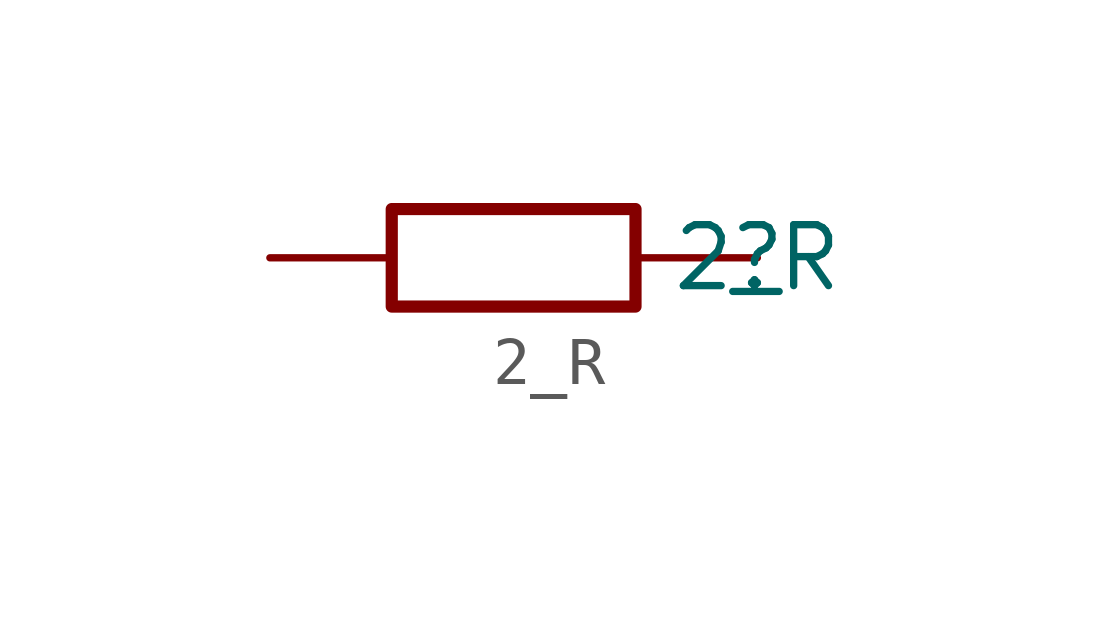
<source format=kicad_sym>
(kicad_symbol_lib
  (version 20211014)
  (generator kicad_symbol_editor)
  (symbol "2_R"
    (property "Reference" ""
      (at 0 0 0)
      (effects (font (size 1.27 1.27))))
    (property "Value" "2_R"
      (at 0 0 0)
      (effects (font (size 1.27 1.27))))
    (symbol "2_R_1_0"
      (polyline (pts (xy -7.62 1.016) (xy -7.62 -1.016) (xy -2.54 -1.016) (xy -2.54 1.016) (xy -7.62 1.016)) (stroke (width 0.254) (type default) (color 0 0 0 0)) (fill (type none)))
      (pin passive line (at 0 0 180) (length 2.54) (name "1" (effects (font (size 0 0)))) (number "1" (effects (font (size 0 0)))))
      (pin passive line (at -10.16 0 0) (length 2.54) (name "2" (effects (font (size 0 0)))) (number "2" (effects (font (size 0 0))))))))
</source>
